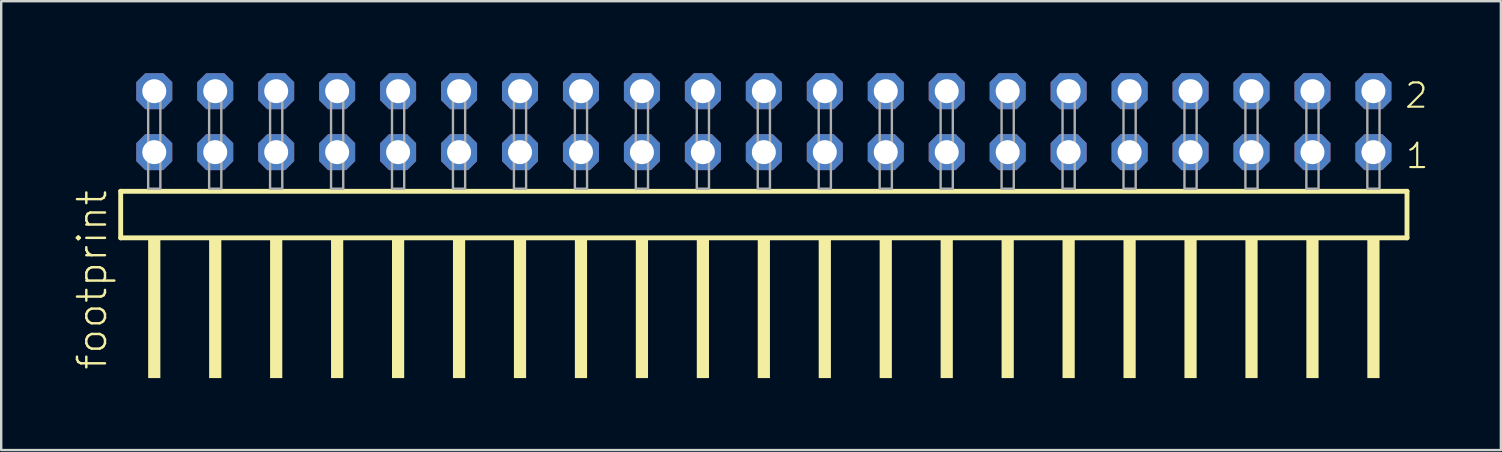
<source format=kicad_pcb>
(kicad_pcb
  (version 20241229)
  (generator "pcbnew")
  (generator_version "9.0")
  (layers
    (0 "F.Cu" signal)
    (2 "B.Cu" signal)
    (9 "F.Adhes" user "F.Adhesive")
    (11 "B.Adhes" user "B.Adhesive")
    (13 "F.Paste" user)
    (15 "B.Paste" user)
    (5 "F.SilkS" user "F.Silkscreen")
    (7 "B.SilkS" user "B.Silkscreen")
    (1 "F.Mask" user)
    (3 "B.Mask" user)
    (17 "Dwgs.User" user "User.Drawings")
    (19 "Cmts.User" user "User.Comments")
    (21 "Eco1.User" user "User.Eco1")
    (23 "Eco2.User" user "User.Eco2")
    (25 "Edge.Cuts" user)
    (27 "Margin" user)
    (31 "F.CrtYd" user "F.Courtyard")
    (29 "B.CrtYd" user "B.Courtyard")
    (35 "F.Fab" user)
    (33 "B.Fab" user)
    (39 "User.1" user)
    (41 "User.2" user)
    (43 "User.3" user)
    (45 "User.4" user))
  (footprint "footprint"
    (layer "F.Cu")
    (at 28.778 4.814)
    (property "Reference" "footprint" (at -27.305 7.62 90) (layer "F.SilkS") (effects (font (size 1.168 1.168) (thickness 0.102)) (justify left bottom)))
    (fp_line (start -26.799 0.106) (end -26.799 2.046) (stroke (width 0.203) (type solid)) (layer "F.SilkS"))
    (fp_line (start -26.799 2.046) (end 26.799 2.046) (stroke (width 0.203) (type solid)) (layer "F.SilkS"))
    (fp_line (start 26.799 0.106) (end -26.799 0.106) (stroke (width 0.203) (type solid)) (layer "F.SilkS"))
    (fp_line (start 26.799 2.046) (end 26.799 0.106) (stroke (width 0.203) (type solid)) (layer "F.SilkS"))
    (fp_poly (pts (xy -25.654 7.89) (xy -25.146 7.89) (xy -25.146 2.04) (xy -25.654 2.04)) (stroke (width 0) (type solid)) (fill yes) (layer "F.SilkS"))
    (fp_poly (pts (xy -23.114 7.89) (xy -22.606 7.89) (xy -22.606 2.04) (xy -23.114 2.04)) (stroke (width 0) (type solid)) (fill yes) (layer "F.SilkS"))
    (fp_poly (pts (xy -20.574 7.89) (xy -20.066 7.89) (xy -20.066 2.04) (xy -20.574 2.04)) (stroke (width 0) (type solid)) (fill yes) (layer "F.SilkS"))
    (fp_poly (pts (xy -18.034 7.89) (xy -17.526 7.89) (xy -17.526 2.04) (xy -18.034 2.04)) (stroke (width 0) (type solid)) (fill yes) (layer "F.SilkS"))
    (fp_poly (pts (xy -15.494 7.89) (xy -14.986 7.89) (xy -14.986 2.04) (xy -15.494 2.04)) (stroke (width 0) (type solid)) (fill yes) (layer "F.SilkS"))
    (fp_poly (pts (xy -12.954 7.89) (xy -12.446 7.89) (xy -12.446 2.04) (xy -12.954 2.04)) (stroke (width 0) (type solid)) (fill yes) (layer "F.SilkS"))
    (fp_poly (pts (xy -10.414 7.89) (xy -9.906 7.89) (xy -9.906 2.04) (xy -10.414 2.04)) (stroke (width 0) (type solid)) (fill yes) (layer "F.SilkS"))
    (fp_poly (pts (xy -7.874 7.89) (xy -7.366 7.89) (xy -7.366 2.04) (xy -7.874 2.04)) (stroke (width 0) (type solid)) (fill yes) (layer "F.SilkS"))
    (fp_poly (pts (xy -5.334 7.89) (xy -4.826 7.89) (xy -4.826 2.04) (xy -5.334 2.04)) (stroke (width 0) (type solid)) (fill yes) (layer "F.SilkS"))
    (fp_poly (pts (xy -2.794 7.89) (xy -2.286 7.89) (xy -2.286 2.04) (xy -2.794 2.04)) (stroke (width 0) (type solid)) (fill yes) (layer "F.SilkS"))
    (fp_poly (pts (xy -0.254 7.89) (xy 0.254 7.89) (xy 0.254 2.04) (xy -0.254 2.04)) (stroke (width 0) (type solid)) (fill yes) (layer "F.SilkS"))
    (fp_poly (pts (xy 2.286 7.89) (xy 2.794 7.89) (xy 2.794 2.04) (xy 2.286 2.04)) (stroke (width 0) (type solid)) (fill yes) (layer "F.SilkS"))
    (fp_poly (pts (xy 4.826 7.89) (xy 5.334 7.89) (xy 5.334 2.04) (xy 4.826 2.04)) (stroke (width 0) (type solid)) (fill yes) (layer "F.SilkS"))
    (fp_poly (pts (xy 7.366 7.89) (xy 7.874 7.89) (xy 7.874 2.04) (xy 7.366 2.04)) (stroke (width 0) (type solid)) (fill yes) (layer "F.SilkS"))
    (fp_poly (pts (xy 9.906 7.89) (xy 10.414 7.89) (xy 10.414 2.04) (xy 9.906 2.04)) (stroke (width 0) (type solid)) (fill yes) (layer "F.SilkS"))
    (fp_poly (pts (xy 12.446 7.89) (xy 12.954 7.89) (xy 12.954 2.04) (xy 12.446 2.04)) (stroke (width 0) (type solid)) (fill yes) (layer "F.SilkS"))
    (fp_poly (pts (xy 14.986 7.89) (xy 15.494 7.89) (xy 15.494 2.04) (xy 14.986 2.04)) (stroke (width 0) (type solid)) (fill yes) (layer "F.SilkS"))
    (fp_poly (pts (xy 17.526 7.89) (xy 18.034 7.89) (xy 18.034 2.04) (xy 17.526 2.04)) (stroke (width 0) (type solid)) (fill yes) (layer "F.SilkS"))
    (fp_poly (pts (xy 20.066 7.89) (xy 20.574 7.89) (xy 20.574 2.04) (xy 20.066 2.04)) (stroke (width 0) (type solid)) (fill yes) (layer "F.SilkS"))
    (fp_poly (pts (xy 22.606 7.89) (xy 23.114 7.89) (xy 23.114 2.04) (xy 22.606 2.04)) (stroke (width 0) (type solid)) (fill yes) (layer "F.SilkS"))
    (fp_poly (pts (xy 25.146 7.89) (xy 25.654 7.89) (xy 25.654 2.04) (xy 25.146 2.04)) (stroke (width 0) (type solid)) (fill yes) (layer "F.SilkS"))
    (fp_poly (pts (xy -25.654 0) (xy -25.146 0) (xy -25.146 -4.318) (xy -25.654 -4.318)) (stroke (width 0.1) (type solid)) (fill no) (layer "F.Fab"))
    (fp_poly (pts (xy -23.114 0) (xy -22.606 0) (xy -22.606 -4.318) (xy -23.114 -4.318)) (stroke (width 0.1) (type solid)) (fill no) (layer "F.Fab"))
    (fp_poly (pts (xy -20.574 0) (xy -20.066 0) (xy -20.066 -4.318) (xy -20.574 -4.318)) (stroke (width 0.1) (type solid)) (fill no) (layer "F.Fab"))
    (fp_poly (pts (xy -18.034 0) (xy -17.526 0) (xy -17.526 -4.318) (xy -18.034 -4.318)) (stroke (width 0.1) (type solid)) (fill no) (layer "F.Fab"))
    (fp_poly (pts (xy -15.494 0) (xy -14.986 0) (xy -14.986 -4.318) (xy -15.494 -4.318)) (stroke (width 0.1) (type solid)) (fill no) (layer "F.Fab"))
    (fp_poly (pts (xy -12.954 0) (xy -12.446 0) (xy -12.446 -4.318) (xy -12.954 -4.318)) (stroke (width 0.1) (type solid)) (fill no) (layer "F.Fab"))
    (fp_poly (pts (xy -10.414 0) (xy -9.906 0) (xy -9.906 -4.318) (xy -10.414 -4.318)) (stroke (width 0.1) (type solid)) (fill no) (layer "F.Fab"))
    (fp_poly (pts (xy -7.874 0) (xy -7.366 0) (xy -7.366 -4.318) (xy -7.874 -4.318)) (stroke (width 0.1) (type solid)) (fill no) (layer "F.Fab"))
    (fp_poly (pts (xy -5.334 0) (xy -4.826 0) (xy -4.826 -4.318) (xy -5.334 -4.318)) (stroke (width 0.1) (type solid)) (fill no) (layer "F.Fab"))
    (fp_poly (pts (xy -2.794 0) (xy -2.286 0) (xy -2.286 -4.318) (xy -2.794 -4.318)) (stroke (width 0.1) (type solid)) (fill no) (layer "F.Fab"))
    (fp_poly (pts (xy -0.254 0) (xy 0.254 0) (xy 0.254 -4.318) (xy -0.254 -4.318)) (stroke (width 0.1) (type solid)) (fill no) (layer "F.Fab"))
    (fp_poly (pts (xy 2.286 0) (xy 2.794 0) (xy 2.794 -4.318) (xy 2.286 -4.318)) (stroke (width 0.1) (type solid)) (fill no) (layer "F.Fab"))
    (fp_poly (pts (xy 4.826 0) (xy 5.334 0) (xy 5.334 -4.318) (xy 4.826 -4.318)) (stroke (width 0.1) (type solid)) (fill no) (layer "F.Fab"))
    (fp_poly (pts (xy 7.366 0) (xy 7.874 0) (xy 7.874 -4.318) (xy 7.366 -4.318)) (stroke (width 0.1) (type solid)) (fill no) (layer "F.Fab"))
    (fp_poly (pts (xy 9.906 0) (xy 10.414 0) (xy 10.414 -4.318) (xy 9.906 -4.318)) (stroke (width 0.1) (type solid)) (fill no) (layer "F.Fab"))
    (fp_poly (pts (xy 12.446 0) (xy 12.954 0) (xy 12.954 -4.318) (xy 12.446 -4.318)) (stroke (width 0.1) (type solid)) (fill no) (layer "F.Fab"))
    (fp_poly (pts (xy 14.986 0) (xy 15.494 0) (xy 15.494 -4.318) (xy 14.986 -4.318)) (stroke (width 0.1) (type solid)) (fill no) (layer "F.Fab"))
    (fp_poly (pts (xy 17.526 0) (xy 18.034 0) (xy 18.034 -4.318) (xy 17.526 -4.318)) (stroke (width 0.1) (type solid)) (fill no) (layer "F.Fab"))
    (fp_poly (pts (xy 20.066 0) (xy 20.574 0) (xy 20.574 -4.318) (xy 20.066 -4.318)) (stroke (width 0.1) (type solid)) (fill no) (layer "F.Fab"))
    (fp_poly (pts (xy 22.606 0) (xy 23.114 0) (xy 23.114 -4.318) (xy 22.606 -4.318)) (stroke (width 0.1) (type solid)) (fill no) (layer "F.Fab"))
    (fp_poly (pts (xy 25.146 0) (xy 25.654 0) (xy 25.654 -4.318) (xy 25.146 -4.318)) (stroke (width 0.1) (type solid)) (fill no) (layer "F.Fab"))
    (fp_text user "1" (at 26.685 -0.775 0) (layer "F.SilkS") (effects (font (size 1.012 1.012) (thickness 0.088)) (justify left bottom)))
    (fp_text user "2" (at 26.65 -3.29 0) (layer "F.SilkS") (effects (font (size 1.012 1.012) (thickness 0.088)) (justify left bottom)))
    (pad "1" thru_hole roundrect (at 25.4 -1.524 180) (size 1.5 1.5) (drill 1) (layers "*.Cu" "*.Mask") (roundrect_rratio 0.25) (chamfer_ratio 0.25) (chamfer top_left top_right bottom_left bottom_right))
    (pad "2" thru_hole roundrect (at 25.4 -4.064 180) (size 1.5 1.5) (drill 1) (layers "*.Cu" "*.Mask") (roundrect_rratio 0.25) (chamfer_ratio 0.25) (chamfer top_left top_right bottom_left bottom_right))
    (pad "3" thru_hole roundrect (at 22.86 -1.524 180) (size 1.5 1.5) (drill 1) (layers "*.Cu" "*.Mask") (roundrect_rratio 0.25) (chamfer_ratio 0.25) (chamfer top_left top_right bottom_left bottom_right))
    (pad "4" thru_hole roundrect (at 22.86 -4.064 180) (size 1.5 1.5) (drill 1) (layers "*.Cu" "*.Mask") (roundrect_rratio 0.25) (chamfer_ratio 0.25) (chamfer top_left top_right bottom_left bottom_right))
    (pad "5" thru_hole roundrect (at 20.32 -1.524 180) (size 1.5 1.5) (drill 1) (layers "*.Cu" "*.Mask") (roundrect_rratio 0.25) (chamfer_ratio 0.25) (chamfer top_left top_right bottom_left bottom_right))
    (pad "6" thru_hole roundrect (at 20.32 -4.064 180) (size 1.5 1.5) (drill 1) (layers "*.Cu" "*.Mask") (roundrect_rratio 0.25) (chamfer_ratio 0.25) (chamfer top_left top_right bottom_left bottom_right))
    (pad "7" thru_hole roundrect (at 17.78 -1.524 180) (size 1.5 1.5) (drill 1) (layers "*.Cu" "*.Mask") (roundrect_rratio 0.25) (chamfer_ratio 0.25) (chamfer top_left top_right bottom_left bottom_right))
    (pad "8" thru_hole roundrect (at 17.78 -4.064 180) (size 1.5 1.5) (drill 1) (layers "*.Cu" "*.Mask") (roundrect_rratio 0.25) (chamfer_ratio 0.25) (chamfer top_left top_right bottom_left bottom_right))
    (pad "9" thru_hole roundrect (at 15.24 -1.524 180) (size 1.5 1.5) (drill 1) (layers "*.Cu" "*.Mask") (roundrect_rratio 0.25) (chamfer_ratio 0.25) (chamfer top_left top_right bottom_left bottom_right))
    (pad "10" thru_hole roundrect (at 15.24 -4.064 180) (size 1.5 1.5) (drill 1) (layers "*.Cu" "*.Mask") (roundrect_rratio 0.25) (chamfer_ratio 0.25) (chamfer top_left top_right bottom_left bottom_right))
    (pad "11" thru_hole roundrect (at 12.7 -1.524 180) (size 1.5 1.5) (drill 1) (layers "*.Cu" "*.Mask") (roundrect_rratio 0.25) (chamfer_ratio 0.25) (chamfer top_left top_right bottom_left bottom_right))
    (pad "12" thru_hole roundrect (at 12.7 -4.064 180) (size 1.5 1.5) (drill 1) (layers "*.Cu" "*.Mask") (roundrect_rratio 0.25) (chamfer_ratio 0.25) (chamfer top_left top_right bottom_left bottom_right))
    (pad "13" thru_hole roundrect (at 10.16 -1.524 180) (size 1.5 1.5) (drill 1) (layers "*.Cu" "*.Mask") (roundrect_rratio 0.25) (chamfer_ratio 0.25) (chamfer top_left top_right bottom_left bottom_right))
    (pad "14" thru_hole roundrect (at 10.16 -4.064 180) (size 1.5 1.5) (drill 1) (layers "*.Cu" "*.Mask") (roundrect_rratio 0.25) (chamfer_ratio 0.25) (chamfer top_left top_right bottom_left bottom_right))
    (pad "15" thru_hole roundrect (at 7.62 -1.524 180) (size 1.5 1.5) (drill 1) (layers "*.Cu" "*.Mask") (roundrect_rratio 0.25) (chamfer_ratio 0.25) (chamfer top_left top_right bottom_left bottom_right))
    (pad "16" thru_hole roundrect (at 7.62 -4.064 180) (size 1.5 1.5) (drill 1) (layers "*.Cu" "*.Mask") (roundrect_rratio 0.25) (chamfer_ratio 0.25) (chamfer top_left top_right bottom_left bottom_right))
    (pad "17" thru_hole roundrect (at 5.08 -1.524 180) (size 1.5 1.5) (drill 1) (layers "*.Cu" "*.Mask") (roundrect_rratio 0.25) (chamfer_ratio 0.25) (chamfer top_left top_right bottom_left bottom_right))
    (pad "18" thru_hole roundrect (at 5.08 -4.064 180) (size 1.5 1.5) (drill 1) (layers "*.Cu" "*.Mask") (roundrect_rratio 0.25) (chamfer_ratio 0.25) (chamfer top_left top_right bottom_left bottom_right))
    (pad "19" thru_hole roundrect (at 2.54 -1.524 180) (size 1.5 1.5) (drill 1) (layers "*.Cu" "*.Mask") (roundrect_rratio 0.25) (chamfer_ratio 0.25) (chamfer top_left top_right bottom_left bottom_right))
    (pad "20" thru_hole roundrect (at 2.54 -4.064 180) (size 1.5 1.5) (drill 1) (layers "*.Cu" "*.Mask") (roundrect_rratio 0.25) (chamfer_ratio 0.25) (chamfer top_left top_right bottom_left bottom_right))
    (pad "21" thru_hole roundrect (at 0 -1.524 180) (size 1.5 1.5) (drill 1) (layers "*.Cu" "*.Mask") (roundrect_rratio 0.25) (chamfer_ratio 0.25) (chamfer top_left top_right bottom_left bottom_right))
    (pad "22" thru_hole roundrect (at 0 -4.064 180) (size 1.5 1.5) (drill 1) (layers "*.Cu" "*.Mask") (roundrect_rratio 0.25) (chamfer_ratio 0.25) (chamfer top_left top_right bottom_left bottom_right))
    (pad "23" thru_hole roundrect (at -2.54 -1.524 180) (size 1.5 1.5) (drill 1) (layers "*.Cu" "*.Mask") (roundrect_rratio 0.25) (chamfer_ratio 0.25) (chamfer top_left top_right bottom_left bottom_right))
    (pad "24" thru_hole roundrect (at -2.54 -4.064 180) (size 1.5 1.5) (drill 1) (layers "*.Cu" "*.Mask") (roundrect_rratio 0.25) (chamfer_ratio 0.25) (chamfer top_left top_right bottom_left bottom_right))
    (pad "25" thru_hole roundrect (at -5.08 -1.524 180) (size 1.5 1.5) (drill 1) (layers "*.Cu" "*.Mask") (roundrect_rratio 0.25) (chamfer_ratio 0.25) (chamfer top_left top_right bottom_left bottom_right))
    (pad "26" thru_hole roundrect (at -5.08 -4.064 180) (size 1.5 1.5) (drill 1) (layers "*.Cu" "*.Mask") (roundrect_rratio 0.25) (chamfer_ratio 0.25) (chamfer top_left top_right bottom_left bottom_right))
    (pad "27" thru_hole roundrect (at -7.62 -1.524 180) (size 1.5 1.5) (drill 1) (layers "*.Cu" "*.Mask") (roundrect_rratio 0.25) (chamfer_ratio 0.25) (chamfer top_left top_right bottom_left bottom_right))
    (pad "28" thru_hole roundrect (at -7.62 -4.064 180) (size 1.5 1.5) (drill 1) (layers "*.Cu" "*.Mask") (roundrect_rratio 0.25) (chamfer_ratio 0.25) (chamfer top_left top_right bottom_left bottom_right))
    (pad "29" thru_hole roundrect (at -10.16 -1.524 180) (size 1.5 1.5) (drill 1) (layers "*.Cu" "*.Mask") (roundrect_rratio 0.25) (chamfer_ratio 0.25) (chamfer top_left top_right bottom_left bottom_right))
    (pad "30" thru_hole roundrect (at -10.16 -4.064 180) (size 1.5 1.5) (drill 1) (layers "*.Cu" "*.Mask") (roundrect_rratio 0.25) (chamfer_ratio 0.25) (chamfer top_left top_right bottom_left bottom_right))
    (pad "31" thru_hole roundrect (at -12.7 -1.524 180) (size 1.5 1.5) (drill 1) (layers "*.Cu" "*.Mask") (roundrect_rratio 0.25) (chamfer_ratio 0.25) (chamfer top_left top_right bottom_left bottom_right))
    (pad "32" thru_hole roundrect (at -12.7 -4.064 180) (size 1.5 1.5) (drill 1) (layers "*.Cu" "*.Mask") (roundrect_rratio 0.25) (chamfer_ratio 0.25) (chamfer top_left top_right bottom_left bottom_right))
    (pad "33" thru_hole roundrect (at -15.24 -1.524 180) (size 1.5 1.5) (drill 1) (layers "*.Cu" "*.Mask") (roundrect_rratio 0.25) (chamfer_ratio 0.25) (chamfer top_left top_right bottom_left bottom_right))
    (pad "34" thru_hole roundrect (at -15.24 -4.064 180) (size 1.5 1.5) (drill 1) (layers "*.Cu" "*.Mask") (roundrect_rratio 0.25) (chamfer_ratio 0.25) (chamfer top_left top_right bottom_left bottom_right))
    (pad "35" thru_hole roundrect (at -17.78 -1.524 180) (size 1.5 1.5) (drill 1) (layers "*.Cu" "*.Mask") (roundrect_rratio 0.25) (chamfer_ratio 0.25) (chamfer top_left top_right bottom_left bottom_right))
    (pad "36" thru_hole roundrect (at -17.78 -4.064 180) (size 1.5 1.5) (drill 1) (layers "*.Cu" "*.Mask") (roundrect_rratio 0.25) (chamfer_ratio 0.25) (chamfer top_left top_right bottom_left bottom_right))
    (pad "37" thru_hole roundrect (at -20.32 -1.524 180) (size 1.5 1.5) (drill 1) (layers "*.Cu" "*.Mask") (roundrect_rratio 0.25) (chamfer_ratio 0.25) (chamfer top_left top_right bottom_left bottom_right))
    (pad "38" thru_hole roundrect (at -20.32 -4.064 180) (size 1.5 1.5) (drill 1) (layers "*.Cu" "*.Mask") (roundrect_rratio 0.25) (chamfer_ratio 0.25) (chamfer top_left top_right bottom_left bottom_right))
    (pad "39" thru_hole roundrect (at -22.86 -1.524 180) (size 1.5 1.5) (drill 1) (layers "*.Cu" "*.Mask") (roundrect_rratio 0.25) (chamfer_ratio 0.25) (chamfer top_left top_right bottom_left bottom_right))
    (pad "40" thru_hole roundrect (at -22.86 -4.064 180) (size 1.5 1.5) (drill 1) (layers "*.Cu" "*.Mask") (roundrect_rratio 0.25) (chamfer_ratio 0.25) (chamfer top_left top_right bottom_left bottom_right))
    (pad "41" thru_hole roundrect (at -25.4 -1.524 180) (size 1.5 1.5) (drill 1) (layers "*.Cu" "*.Mask") (roundrect_rratio 0.25) (chamfer_ratio 0.25) (chamfer top_left top_right bottom_left bottom_right))
    (pad "42" thru_hole roundrect (at -25.4 -4.064 180) (size 1.5 1.5) (drill 1) (layers "*.Cu" "*.Mask") (roundrect_rratio 0.25) (chamfer_ratio 0.25) (chamfer top_left top_right bottom_left bottom_right)))
  (gr_rect
    (start -3 -3)
    (end 59.489 15.704)
    (stroke (width 0.1) (type default))
    (fill no)
    (layer "Edge.Cuts")))
</source>
